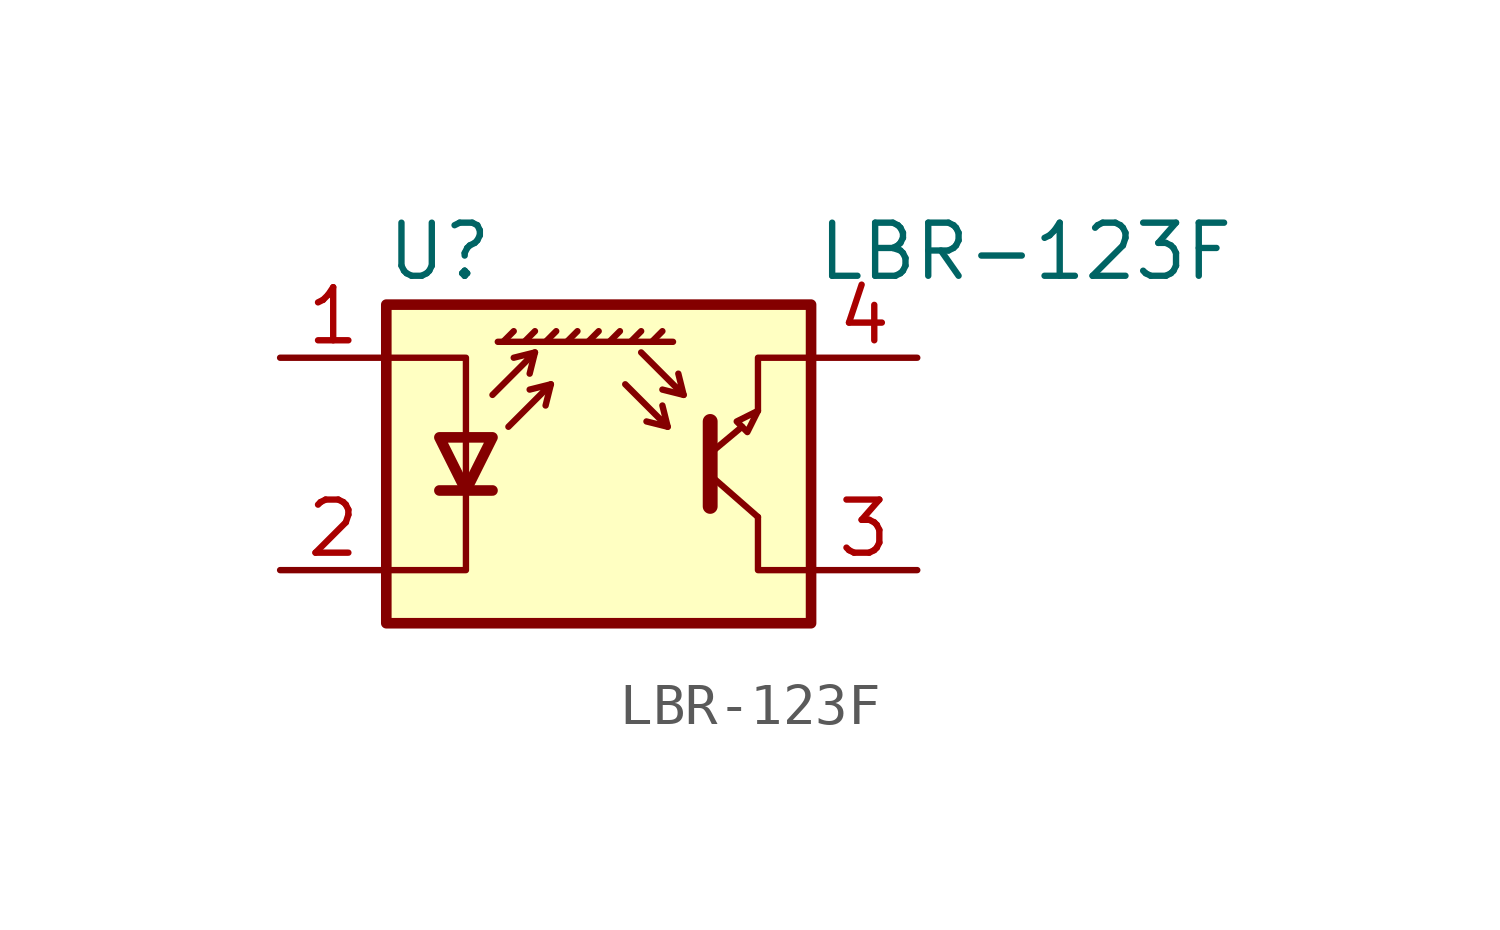
<source format=kicad_sym>
(kicad_symbol_lib
  (version 20220914)
  (generator kicad_symbol_editor)
  (symbol "LBR-123F"
    (pin_names
      (offset 0.025) hide)
    (property "Reference" "U"
      (at -3.81 5.08 0)
      (effects (font (size 1.27 1.27))))
    (property "Value" "LBR-123F"
      (at 15.24 5.08 0)
      (effects (font (size 1.27 1.27)) (justify right)))
    (symbol "LBR-123F_0_1"
      (polyline (pts (xy -3.81 -0.635) (xy -2.54 -0.635)) (stroke (width 0.254) (type default)) (fill (type none)))
      (polyline (pts (xy -2.286 2.921) (xy -2.032 3.175)) (stroke (width 0) (type default)) (fill (type none)))
      (polyline (pts (xy -1.778 2.921) (xy -1.524 3.175)) (stroke (width 0) (type default)) (fill (type none)))
      (polyline (pts (xy -1.524 2.667) (xy -1.651 2.159)) (stroke (width 0) (type default)) (fill (type none)))
      (polyline (pts (xy -1.27 2.921) (xy -1.016 3.175)) (stroke (width 0) (type default)) (fill (type none)))
      (polyline (pts (xy -1.143 1.905) (xy -1.27 1.397)) (stroke (width 0) (type default)) (fill (type none)))
      (polyline (pts (xy -0.762 2.921) (xy -0.508 3.175)) (stroke (width 0) (type default)) (fill (type none)))
      (polyline (pts (xy -0.254 2.921) (xy 0 3.175)) (stroke (width 0) (type default)) (fill (type none)))
      (polyline (pts (xy 0.254 2.921) (xy 0.508 3.175)) (stroke (width 0) (type default)) (fill (type none)))
      (polyline (pts (xy 0.762 2.921) (xy 1.016 3.175)) (stroke (width 0) (type default)) (fill (type none)))
      (polyline (pts (xy 1.27 2.921) (xy 1.524 3.175)) (stroke (width 0) (type default)) (fill (type none)))
      (polyline (pts (xy 1.651 0.889) (xy 1.143 1.016)) (stroke (width 0) (type default)) (fill (type none)))
      (polyline (pts (xy 1.778 2.921) (xy -2.413 2.921)) (stroke (width 0) (type default)) (fill (type none)))
      (polyline (pts (xy 2.032 1.651) (xy 1.524 1.778)) (stroke (width 0) (type default)) (fill (type none)))
      (polyline (pts (xy 2.667 0.254) (xy 3.429 0.889)) (stroke (width 0) (type default)) (fill (type none)))
      (polyline (pts (xy 2.794 -0.381) (xy 3.81 -1.27)) (stroke (width 0) (type default)) (fill (type none)))
      (polyline (pts (xy -2.54 1.651) (xy -1.524 2.667) (xy -2.032 2.54)) (stroke (width 0) (type default)) (fill (type none)))
      (polyline (pts (xy -2.159 0.889) (xy -1.143 1.905) (xy -1.651 1.778)) (stroke (width 0) (type default)) (fill (type none)))
      (polyline (pts (xy 0.635 1.905) (xy 1.651 0.889) (xy 1.524 1.397)) (stroke (width 0) (type default)) (fill (type none)))
      (polyline (pts (xy 1.016 2.667) (xy 2.032 1.651) (xy 1.905 2.159)) (stroke (width 0) (type default)) (fill (type none)))
      (polyline (pts (xy 2.667 1.016) (xy 2.667 -1.016) (xy 2.667 -1.016)) (stroke (width 0.356) (type default)) (fill (type none)))
      (polyline (pts (xy 3.81 -1.27) (xy 3.81 -2.54) (xy 5.08 -2.54)) (stroke (width 0) (type default)) (fill (type none)))
      (polyline (pts (xy 3.81 1.27) (xy 3.81 2.54) (xy 5.08 2.54)) (stroke (width 0) (type default)) (fill (type none)))
      (polyline (pts (xy -5.08 -2.54) (xy -3.175 -2.54) (xy -3.175 2.54) (xy -5.08 2.54)) (stroke (width 0) (type default)) (fill (type none)))
      (polyline (pts (xy -3.175 -0.635) (xy -3.81 0.635) (xy -2.54 0.635) (xy -3.175 -0.635)) (stroke (width 0.254) (type default)) (fill (type none)))
      (polyline (pts (xy 3.81 1.27) (xy 3.302 1.016) (xy 3.556 0.762) (xy 3.81 1.27)) (stroke (width 0) (type default)) (fill (type none)))
      (polyline (pts (xy -5.08 -3.81) (xy 5.08 -3.81) (xy 5.08 3.81) (xy -5.08 3.81) (xy -5.08 -3.81)) (stroke (width 0.254) (type default)) (fill (type background))))
    (symbol "LBR-123F_1_1"
      (pin input line (at -7.62 2.54 0) (length 2.54) (name "A" (effects (font (size 1.27 1.27)))) (number "1" (effects (font (size 1.27 1.27)))))
      (pin power_in line (at -7.62 -2.54 0) (length 2.54) (name "K" (effects (font (size 1.27 1.27)))) (number "2" (effects (font (size 1.27 1.27)))))
      (pin power_in line (at 7.62 -2.54 180) (length 2.54) (name "~" (effects (font (size 1.27 1.27)))) (number "3" (effects (font (size 1.27 1.27)))))
      (pin output line (at 7.62 2.54 180) (length 2.54) (name "~" (effects (font (size 1.27 1.27)))) (number "4" (effects (font (size 1.27 1.27))))))))
</source>
